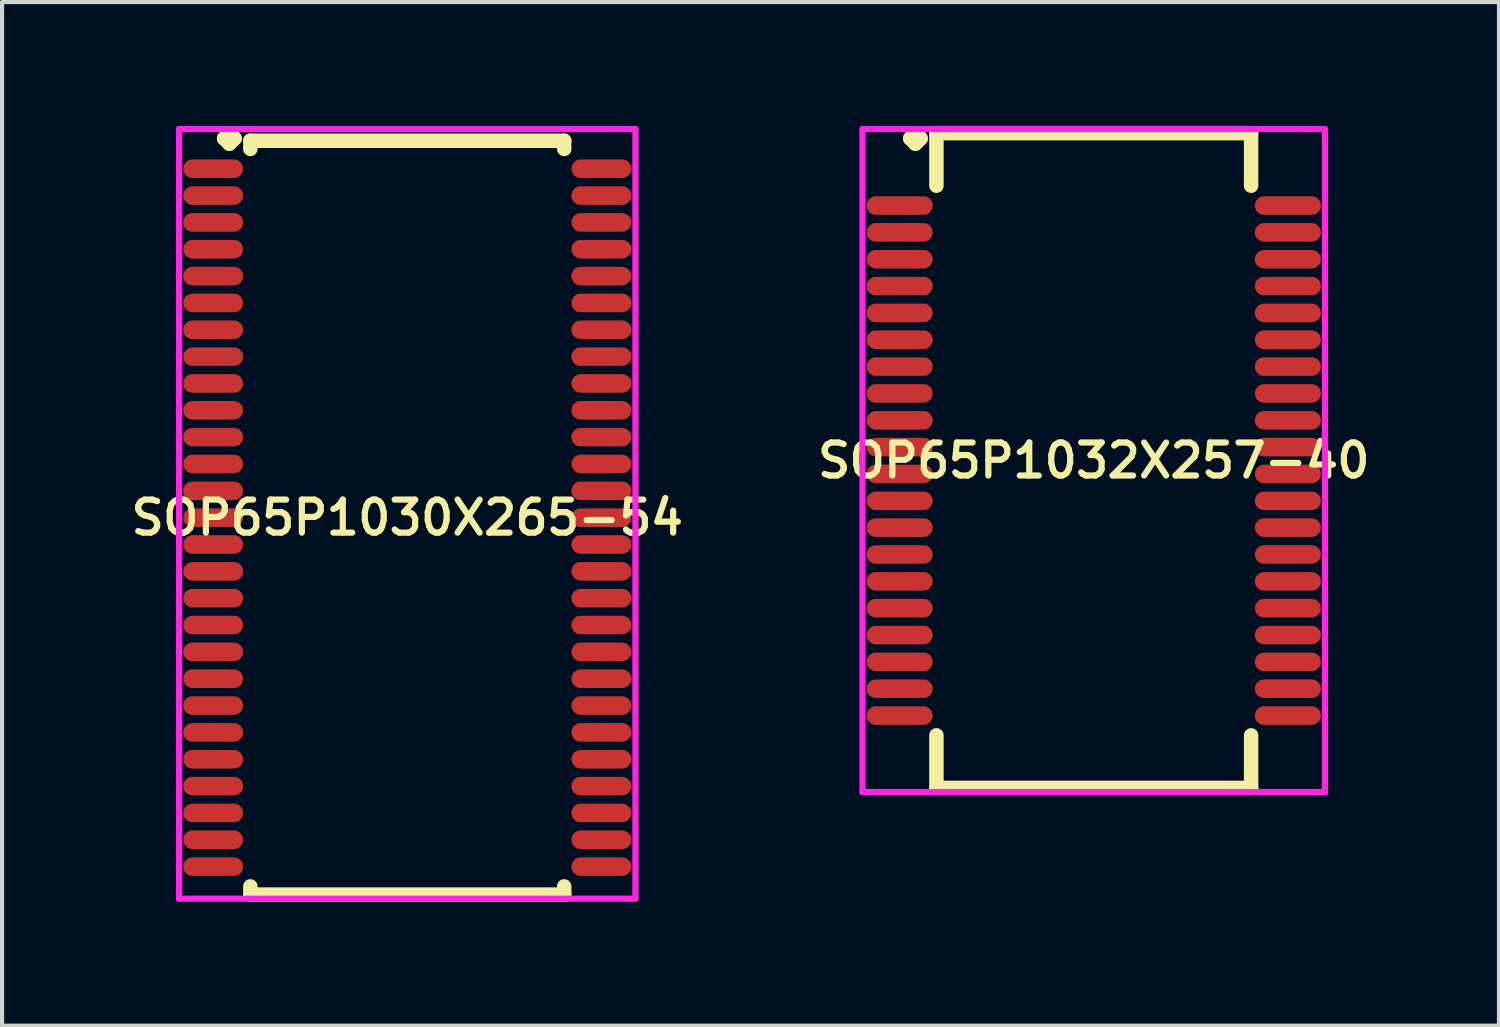
<source format=kicad_pcb>
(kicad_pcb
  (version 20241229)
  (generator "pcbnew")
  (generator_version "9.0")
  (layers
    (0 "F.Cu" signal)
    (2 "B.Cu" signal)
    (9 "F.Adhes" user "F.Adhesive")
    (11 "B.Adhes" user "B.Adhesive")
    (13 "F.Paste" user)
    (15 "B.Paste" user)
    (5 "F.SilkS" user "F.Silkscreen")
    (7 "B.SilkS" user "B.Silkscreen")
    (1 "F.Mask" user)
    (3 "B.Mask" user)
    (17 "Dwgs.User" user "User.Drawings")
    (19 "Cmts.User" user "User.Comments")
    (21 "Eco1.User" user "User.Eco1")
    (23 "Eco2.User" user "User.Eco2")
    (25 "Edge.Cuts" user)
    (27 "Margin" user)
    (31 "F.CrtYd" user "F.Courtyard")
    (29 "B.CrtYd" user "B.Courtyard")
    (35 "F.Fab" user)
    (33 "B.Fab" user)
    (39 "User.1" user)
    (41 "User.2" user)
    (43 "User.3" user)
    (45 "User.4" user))
  (footprint "SOP65P1032X257-40"
    (layer "F.Cu")
    (at 23.435 8.102)
    (property "Reference" "SOP65P1032X257-40" (at 0 0 0) (layer "F.SilkS") (effects (font (size 0.8 0.8) (thickness 0.15))))
    (attr through_hole)
    (fp_line (start -4.445 -7.8) (end -4.318 -7.927) (stroke (width 0.35) (type solid)) (layer "F.SilkS"))
    (fp_line (start -4.318 -7.927) (end -4.191 -7.8) (stroke (width 0.35) (type solid)) (layer "F.SilkS"))
    (fp_line (start -4.318 -7.673) (end -4.445 -7.8) (stroke (width 0.35) (type solid)) (layer "F.SilkS"))
    (fp_line (start -4.191 -7.8) (end -4.318 -7.673) (stroke (width 0.35) (type solid)) (layer "F.SilkS"))
    (fp_line (start -3.81 -7.927) (end 3.81 -7.927) (stroke (width 0.35) (type solid)) (layer "F.SilkS"))
    (fp_line (start -3.81 -6.654) (end -3.81 -7.927) (stroke (width 0.35) (type solid)) (layer "F.SilkS"))
    (fp_line (start -3.81 6.654) (end -3.81 7.927) (stroke (width 0.35) (type solid)) (layer "F.SilkS"))
    (fp_line (start -3.81 7.927) (end 3.81 7.927) (stroke (width 0.35) (type solid)) (layer "F.SilkS"))
    (fp_line (start 3.81 -7.927) (end 3.81 -6.654) (stroke (width 0.35) (type solid)) (layer "F.SilkS"))
    (fp_line (start 3.81 7.927) (end 3.81 6.654) (stroke (width 0.35) (type solid)) (layer "F.SilkS"))
    (fp_line (start -5.6 -8.027) (end 5.6 -8.027) (stroke (width 0.15) (type solid)) (layer "F.CrtYd"))
    (fp_line (start -5.6 8.027) (end -5.6 -8.027) (stroke (width 0.15) (type solid)) (layer "F.CrtYd"))
    (fp_line (start 5.6 -8.027) (end 5.6 8.027) (stroke (width 0.15) (type solid)) (layer "F.CrtYd"))
    (fp_line (start 5.6 8.027) (end -5.6 8.027) (stroke (width 0.15) (type solid)) (layer "F.CrtYd"))
    (pad "1" smd oval (at -4.7 -6.175) (size 1.6 0.45) (layers "F.Cu" "F.Mask" "F.Paste"))
    (pad "2" smd oval (at -4.7 -5.525) (size 1.6 0.45) (layers "F.Cu" "F.Mask" "F.Paste"))
    (pad "3" smd oval (at -4.7 -4.875) (size 1.6 0.45) (layers "F.Cu" "F.Mask" "F.Paste"))
    (pad "4" smd oval (at -4.7 -4.225) (size 1.6 0.45) (layers "F.Cu" "F.Mask" "F.Paste"))
    (pad "5" smd oval (at -4.7 -3.575) (size 1.6 0.45) (layers "F.Cu" "F.Mask" "F.Paste"))
    (pad "6" smd oval (at -4.7 -2.925) (size 1.6 0.45) (layers "F.Cu" "F.Mask" "F.Paste"))
    (pad "7" smd oval (at -4.7 -2.275) (size 1.6 0.45) (layers "F.Cu" "F.Mask" "F.Paste"))
    (pad "8" smd oval (at -4.7 -1.625) (size 1.6 0.45) (layers "F.Cu" "F.Mask" "F.Paste"))
    (pad "9" smd oval (at -4.7 -0.975) (size 1.6 0.45) (layers "F.Cu" "F.Mask" "F.Paste"))
    (pad "10" smd oval (at -4.7 -0.325) (size 1.6 0.45) (layers "F.Cu" "F.Mask" "F.Paste"))
    (pad "11" smd oval (at -4.7 0.325) (size 1.6 0.45) (layers "F.Cu" "F.Mask" "F.Paste"))
    (pad "12" smd oval (at -4.7 0.975) (size 1.6 0.45) (layers "F.Cu" "F.Mask" "F.Paste"))
    (pad "13" smd oval (at -4.7 1.625) (size 1.6 0.45) (layers "F.Cu" "F.Mask" "F.Paste"))
    (pad "14" smd oval (at -4.7 2.275) (size 1.6 0.45) (layers "F.Cu" "F.Mask" "F.Paste"))
    (pad "15" smd oval (at -4.7 2.925) (size 1.6 0.45) (layers "F.Cu" "F.Mask" "F.Paste"))
    (pad "16" smd oval (at -4.7 3.575) (size 1.6 0.45) (layers "F.Cu" "F.Mask" "F.Paste"))
    (pad "17" smd oval (at -4.7 4.225) (size 1.6 0.45) (layers "F.Cu" "F.Mask" "F.Paste"))
    (pad "18" smd oval (at -4.7 4.875) (size 1.6 0.45) (layers "F.Cu" "F.Mask" "F.Paste"))
    (pad "19" smd oval (at -4.7 5.525) (size 1.6 0.45) (layers "F.Cu" "F.Mask" "F.Paste"))
    (pad "20" smd oval (at -4.7 6.175) (size 1.6 0.45) (layers "F.Cu" "F.Mask" "F.Paste"))
    (pad "21" smd oval (at 4.7 6.175) (size 1.6 0.45) (layers "F.Cu" "F.Mask" "F.Paste"))
    (pad "22" smd oval (at 4.7 5.525) (size 1.6 0.45) (layers "F.Cu" "F.Mask" "F.Paste"))
    (pad "23" smd oval (at 4.7 4.875) (size 1.6 0.45) (layers "F.Cu" "F.Mask" "F.Paste"))
    (pad "24" smd oval (at 4.7 4.225) (size 1.6 0.45) (layers "F.Cu" "F.Mask" "F.Paste"))
    (pad "25" smd oval (at 4.7 3.575) (size 1.6 0.45) (layers "F.Cu" "F.Mask" "F.Paste"))
    (pad "26" smd oval (at 4.7 2.925) (size 1.6 0.45) (layers "F.Cu" "F.Mask" "F.Paste"))
    (pad "27" smd oval (at 4.7 2.275) (size 1.6 0.45) (layers "F.Cu" "F.Mask" "F.Paste"))
    (pad "28" smd oval (at 4.7 1.625) (size 1.6 0.45) (layers "F.Cu" "F.Mask" "F.Paste"))
    (pad "29" smd oval (at 4.7 0.975) (size 1.6 0.45) (layers "F.Cu" "F.Mask" "F.Paste"))
    (pad "30" smd oval (at 4.7 0.325) (size 1.6 0.45) (layers "F.Cu" "F.Mask" "F.Paste"))
    (pad "31" smd oval (at 4.7 -0.325) (size 1.6 0.45) (layers "F.Cu" "F.Mask" "F.Paste"))
    (pad "32" smd oval (at 4.7 -0.975) (size 1.6 0.45) (layers "F.Cu" "F.Mask" "F.Paste"))
    (pad "33" smd oval (at 4.7 -1.625) (size 1.6 0.45) (layers "F.Cu" "F.Mask" "F.Paste"))
    (pad "34" smd oval (at 4.7 -2.275) (size 1.6 0.45) (layers "F.Cu" "F.Mask" "F.Paste"))
    (pad "35" smd oval (at 4.7 -2.925) (size 1.6 0.45) (layers "F.Cu" "F.Mask" "F.Paste"))
    (pad "36" smd oval (at 4.7 -3.575) (size 1.6 0.45) (layers "F.Cu" "F.Mask" "F.Paste"))
    (pad "37" smd oval (at 4.7 -4.225) (size 1.6 0.45) (layers "F.Cu" "F.Mask" "F.Paste"))
    (pad "38" smd oval (at 4.7 -4.875) (size 1.6 0.45) (layers "F.Cu" "F.Mask" "F.Paste"))
    (pad "39" smd oval (at 4.7 -5.525) (size 1.6 0.45) (layers "F.Cu" "F.Mask" "F.Paste"))
    (pad "40" smd oval (at 4.7 -6.175) (size 1.6 0.45) (layers "F.Cu" "F.Mask" "F.Paste")))
  (footprint "SOP65P1030X265-54"
    (layer "F.Cu")
    (at 6.812 9.485)
    (property "Reference" "SOP65P1030X265-54" (at 0 0 0) (layer "F.SilkS") (effects (font (size 0.8 0.8) (thickness 0.15))))
    (attr smd)
    (fp_line (start -4.435 -9.183) (end -4.308 -9.31) (stroke (width 0.35) (type solid)) (layer "F.SilkS"))
    (fp_line (start -4.308 -9.31) (end -4.181 -9.183) (stroke (width 0.35) (type solid)) (layer "F.SilkS"))
    (fp_line (start -4.308 -9.056) (end -4.435 -9.183) (stroke (width 0.35) (type solid)) (layer "F.SilkS"))
    (fp_line (start -4.181 -9.183) (end -4.308 -9.056) (stroke (width 0.35) (type solid)) (layer "F.SilkS"))
    (fp_line (start -3.8 -9.127) (end 3.8 -9.127) (stroke (width 0.35) (type solid)) (layer "F.SilkS"))
    (fp_line (start -3.8 -8.929) (end -3.8 -9.127) (stroke (width 0.35) (type solid)) (layer "F.SilkS"))
    (fp_line (start -3.8 8.929) (end -3.8 9.127) (stroke (width 0.35) (type solid)) (layer "F.SilkS"))
    (fp_line (start -3.8 9.127) (end 3.8 9.127) (stroke (width 0.35) (type solid)) (layer "F.SilkS"))
    (fp_line (start 3.8 -9.127) (end 3.8 -8.929) (stroke (width 0.35) (type solid)) (layer "F.SilkS"))
    (fp_line (start 3.8 9.127) (end 3.8 8.929) (stroke (width 0.35) (type solid)) (layer "F.SilkS"))
    (fp_line (start -5.525 -9.41) (end 5.525 -9.41) (stroke (width 0.15) (type solid)) (layer "F.CrtYd"))
    (fp_line (start -5.525 9.227) (end -5.525 -9.41) (stroke (width 0.15) (type solid)) (layer "F.CrtYd"))
    (fp_line (start 5.525 -9.41) (end 5.525 9.227) (stroke (width 0.15) (type solid)) (layer "F.CrtYd"))
    (fp_line (start 5.525 9.227) (end -5.525 9.227) (stroke (width 0.15) (type solid)) (layer "F.CrtYd"))
    (pad "1" smd oval (at -4.7 -8.45) (size 1.45 0.45) (layers "F.Cu" "F.Mask" "F.Paste"))
    (pad "2" smd oval (at -4.7 -7.8) (size 1.45 0.45) (layers "F.Cu" "F.Mask" "F.Paste"))
    (pad "3" smd oval (at -4.7 -7.15) (size 1.45 0.45) (layers "F.Cu" "F.Mask" "F.Paste"))
    (pad "4" smd oval (at -4.7 -6.5) (size 1.45 0.45) (layers "F.Cu" "F.Mask" "F.Paste"))
    (pad "5" smd oval (at -4.7 -5.85) (size 1.45 0.45) (layers "F.Cu" "F.Mask" "F.Paste"))
    (pad "6" smd oval (at -4.7 -5.2) (size 1.45 0.45) (layers "F.Cu" "F.Mask" "F.Paste"))
    (pad "7" smd oval (at -4.7 -4.55) (size 1.45 0.45) (layers "F.Cu" "F.Mask" "F.Paste"))
    (pad "8" smd oval (at -4.7 -3.9) (size 1.45 0.45) (layers "F.Cu" "F.Mask" "F.Paste"))
    (pad "9" smd oval (at -4.7 -3.25) (size 1.45 0.45) (layers "F.Cu" "F.Mask" "F.Paste"))
    (pad "10" smd oval (at -4.7 -2.6) (size 1.45 0.45) (layers "F.Cu" "F.Mask" "F.Paste"))
    (pad "11" smd oval (at -4.7 -1.95) (size 1.45 0.45) (layers "F.Cu" "F.Mask" "F.Paste"))
    (pad "12" smd oval (at -4.7 -1.3) (size 1.45 0.45) (layers "F.Cu" "F.Mask" "F.Paste"))
    (pad "13" smd oval (at -4.7 -0.65) (size 1.45 0.45) (layers "F.Cu" "F.Mask" "F.Paste"))
    (pad "14" smd oval (at -4.7 0) (size 1.45 0.45) (layers "F.Cu" "F.Mask" "F.Paste"))
    (pad "15" smd oval (at -4.7 0.65) (size 1.45 0.45) (layers "F.Cu" "F.Mask" "F.Paste"))
    (pad "16" smd oval (at -4.7 1.3) (size 1.45 0.45) (layers "F.Cu" "F.Mask" "F.Paste"))
    (pad "17" smd oval (at -4.7 1.95) (size 1.45 0.45) (layers "F.Cu" "F.Mask" "F.Paste"))
    (pad "18" smd oval (at -4.7 2.6) (size 1.45 0.45) (layers "F.Cu" "F.Mask" "F.Paste"))
    (pad "19" smd oval (at -4.7 3.25) (size 1.45 0.45) (layers "F.Cu" "F.Mask" "F.Paste"))
    (pad "20" smd oval (at -4.7 3.9) (size 1.45 0.45) (layers "F.Cu" "F.Mask" "F.Paste"))
    (pad "21" smd oval (at -4.7 4.55) (size 1.45 0.45) (layers "F.Cu" "F.Mask" "F.Paste"))
    (pad "22" smd oval (at -4.7 5.2) (size 1.45 0.45) (layers "F.Cu" "F.Mask" "F.Paste"))
    (pad "23" smd oval (at -4.7 5.85) (size 1.45 0.45) (layers "F.Cu" "F.Mask" "F.Paste"))
    (pad "24" smd oval (at -4.7 6.5) (size 1.45 0.45) (layers "F.Cu" "F.Mask" "F.Paste"))
    (pad "25" smd oval (at -4.7 7.15) (size 1.45 0.45) (layers "F.Cu" "F.Mask" "F.Paste"))
    (pad "26" smd oval (at -4.7 7.8) (size 1.45 0.45) (layers "F.Cu" "F.Mask" "F.Paste"))
    (pad "27" smd oval (at -4.7 8.45) (size 1.45 0.45) (layers "F.Cu" "F.Mask" "F.Paste"))
    (pad "28" smd oval (at 4.7 8.45) (size 1.45 0.45) (layers "F.Cu" "F.Mask" "F.Paste"))
    (pad "29" smd oval (at 4.7 7.8) (size 1.45 0.45) (layers "F.Cu" "F.Mask" "F.Paste"))
    (pad "30" smd oval (at 4.7 7.15) (size 1.45 0.45) (layers "F.Cu" "F.Mask" "F.Paste"))
    (pad "31" smd oval (at 4.7 6.5) (size 1.45 0.45) (layers "F.Cu" "F.Mask" "F.Paste"))
    (pad "32" smd oval (at 4.7 5.85) (size 1.45 0.45) (layers "F.Cu" "F.Mask" "F.Paste"))
    (pad "33" smd oval (at 4.7 5.2) (size 1.45 0.45) (layers "F.Cu" "F.Mask" "F.Paste"))
    (pad "34" smd oval (at 4.7 4.55) (size 1.45 0.45) (layers "F.Cu" "F.Mask" "F.Paste"))
    (pad "35" smd oval (at 4.7 3.9) (size 1.45 0.45) (layers "F.Cu" "F.Mask" "F.Paste"))
    (pad "36" smd oval (at 4.7 3.25) (size 1.45 0.45) (layers "F.Cu" "F.Mask" "F.Paste"))
    (pad "37" smd oval (at 4.7 2.6) (size 1.45 0.45) (layers "F.Cu" "F.Mask" "F.Paste"))
    (pad "38" smd oval (at 4.7 1.95) (size 1.45 0.45) (layers "F.Cu" "F.Mask" "F.Paste"))
    (pad "39" smd oval (at 4.7 1.3) (size 1.45 0.45) (layers "F.Cu" "F.Mask" "F.Paste"))
    (pad "40" smd oval (at 4.7 0.65) (size 1.45 0.45) (layers "F.Cu" "F.Mask" "F.Paste"))
    (pad "41" smd oval (at 4.7 0) (size 1.45 0.45) (layers "F.Cu" "F.Mask" "F.Paste"))
    (pad "42" smd oval (at 4.7 -0.65) (size 1.45 0.45) (layers "F.Cu" "F.Mask" "F.Paste"))
    (pad "43" smd oval (at 4.7 -1.3) (size 1.45 0.45) (layers "F.Cu" "F.Mask" "F.Paste"))
    (pad "44" smd oval (at 4.7 -1.95) (size 1.45 0.45) (layers "F.Cu" "F.Mask" "F.Paste"))
    (pad "45" smd oval (at 4.7 -2.6) (size 1.45 0.45) (layers "F.Cu" "F.Mask" "F.Paste"))
    (pad "46" smd oval (at 4.7 -3.25) (size 1.45 0.45) (layers "F.Cu" "F.Mask" "F.Paste"))
    (pad "47" smd oval (at 4.7 -3.9) (size 1.45 0.45) (layers "F.Cu" "F.Mask" "F.Paste"))
    (pad "48" smd oval (at 4.7 -4.55) (size 1.45 0.45) (layers "F.Cu" "F.Mask" "F.Paste"))
    (pad "49" smd oval (at 4.7 -5.2) (size 1.45 0.45) (layers "F.Cu" "F.Mask" "F.Paste"))
    (pad "50" smd oval (at 4.7 -5.85) (size 1.45 0.45) (layers "F.Cu" "F.Mask" "F.Paste"))
    (pad "51" smd oval (at 4.7 -6.5) (size 1.45 0.45) (layers "F.Cu" "F.Mask" "F.Paste"))
    (pad "52" smd oval (at 4.7 -7.15) (size 1.45 0.45) (layers "F.Cu" "F.Mask" "F.Paste"))
    (pad "53" smd oval (at 4.7 -7.8) (size 1.45 0.45) (layers "F.Cu" "F.Mask" "F.Paste"))
    (pad "54" smd oval (at 4.7 -8.45) (size 1.45 0.45) (layers "F.Cu" "F.Mask" "F.Paste")))
  (gr_rect
    (start -3 -3)
    (end 33.247 21.787)
    (stroke (width 0.1) (type default))
    (fill no)
    (layer "Edge.Cuts")))
</source>
